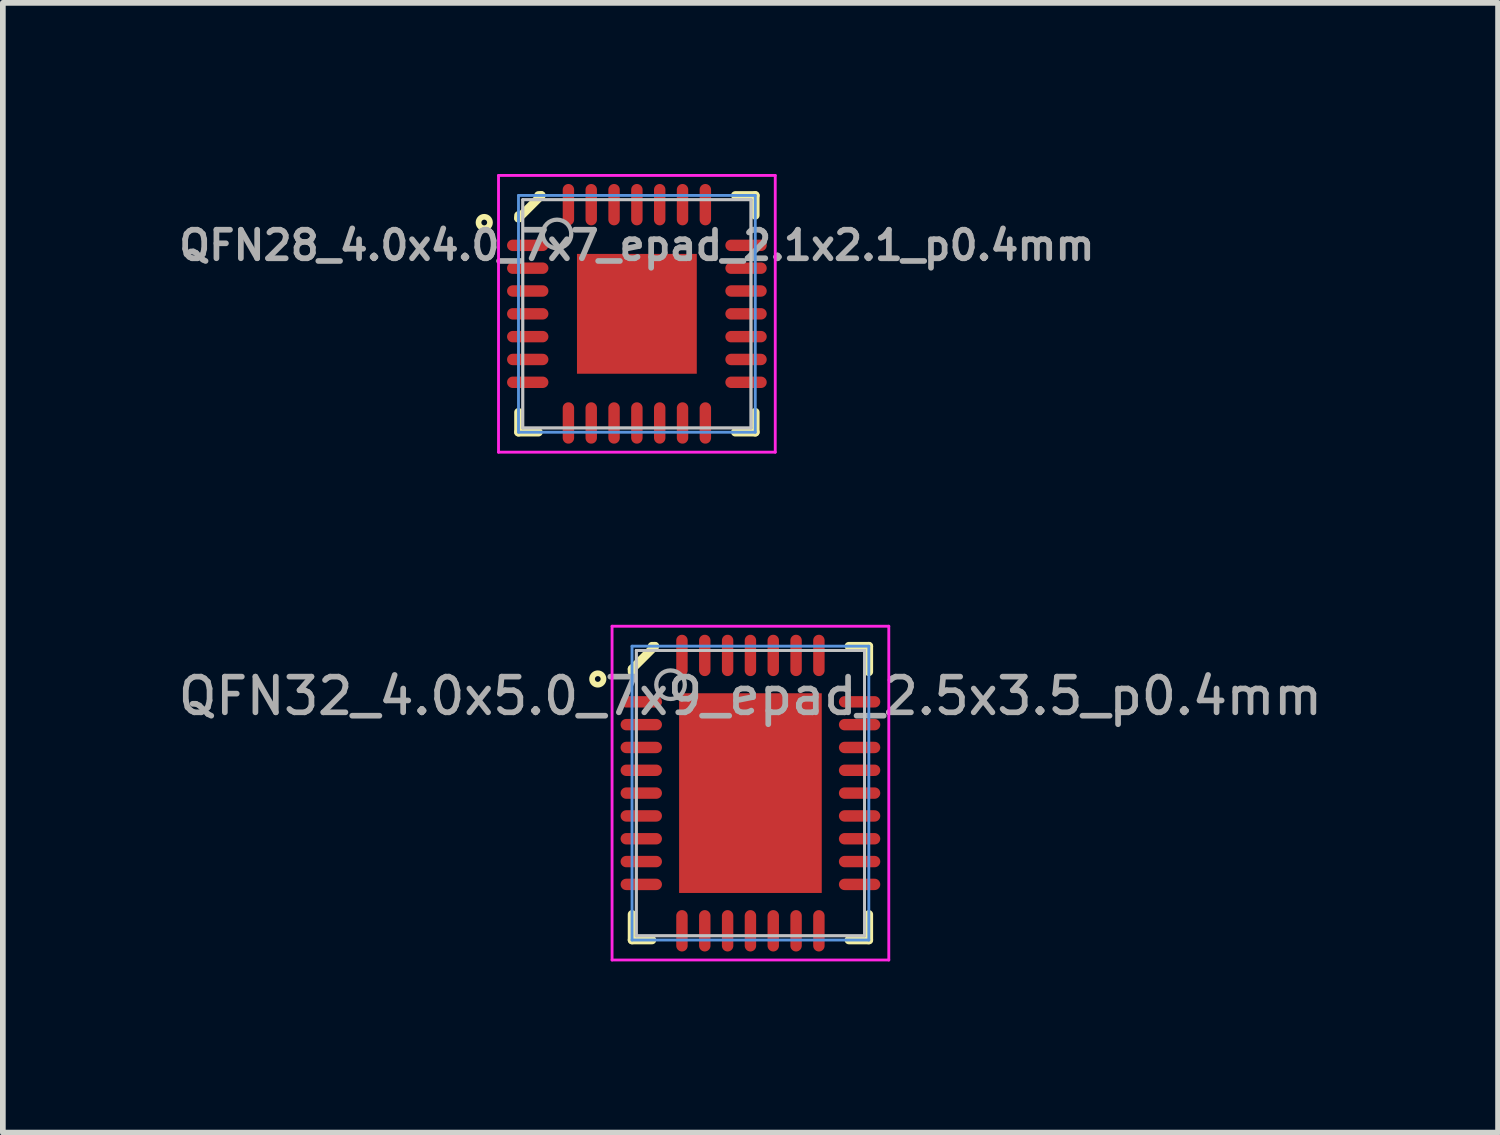
<source format=kicad_pcb>
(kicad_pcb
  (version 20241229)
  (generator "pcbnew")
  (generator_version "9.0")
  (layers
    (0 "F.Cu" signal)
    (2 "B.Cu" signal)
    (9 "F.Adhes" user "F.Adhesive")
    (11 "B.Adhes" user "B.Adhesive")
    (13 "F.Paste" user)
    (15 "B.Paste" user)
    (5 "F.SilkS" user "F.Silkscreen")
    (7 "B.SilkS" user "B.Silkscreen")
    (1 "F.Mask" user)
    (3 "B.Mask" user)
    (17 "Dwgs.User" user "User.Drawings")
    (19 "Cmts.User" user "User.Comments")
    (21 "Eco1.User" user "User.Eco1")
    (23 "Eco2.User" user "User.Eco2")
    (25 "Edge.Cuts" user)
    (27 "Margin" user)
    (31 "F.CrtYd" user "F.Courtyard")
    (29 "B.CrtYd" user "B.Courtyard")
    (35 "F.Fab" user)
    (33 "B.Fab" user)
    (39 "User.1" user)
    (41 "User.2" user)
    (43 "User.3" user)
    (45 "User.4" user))
  (footprint "QFN28_4.0x4.0_7x7_epad_2.1x2.1_p0.4mm"
    (layer "F.Cu")
    (at 8.112 2.45)
    (property "Reference" "QFN28_4.0x4.0_7x7_epad_2.1x2.1_p0.4mm" (at 0 -1.2 0) (layer "F.Fab") (effects (font (size 0.5 0.5) (thickness 0.1))))
    (attr through_hole)
    (fp_line (start -2.075 -1.675) (end -2.075 -1.725) (stroke (width 0.15) (type solid)) (layer "F.SilkS"))
    (fp_line (start -2.075 -1.675) (end -1.675 -2.075) (stroke (width 0.15) (type solid)) (layer "F.SilkS"))
    (fp_line (start -2.075 2.075) (end -2.075 1.725) (stroke (width 0.15) (type solid)) (layer "F.SilkS"))
    (fp_line (start -2.075 2.075) (end -1.725 2.075) (stroke (width 0.15) (type solid)) (layer "F.SilkS"))
    (fp_line (start -1.725 -2.075) (end -1.675 -2.075) (stroke (width 0.15) (type solid)) (layer "F.SilkS"))
    (fp_line (start 2.075 -2.075) (end 1.725 -2.075) (stroke (width 0.15) (type solid)) (layer "F.SilkS"))
    (fp_line (start 2.075 -2.075) (end 2.075 -1.725) (stroke (width 0.15) (type solid)) (layer "F.SilkS"))
    (fp_line (start 2.075 2.075) (end 1.725 2.075) (stroke (width 0.15) (type solid)) (layer "F.SilkS"))
    (fp_line (start 2.075 2.075) (end 2.075 1.725) (stroke (width 0.15) (type solid)) (layer "F.SilkS"))
    (fp_circle (center -2.675 -1.6) (end -2.604 -1.529) (stroke (width 0.1) (type solid)) (fill no) (layer "F.SilkS"))
    (fp_line (start -2 -2) (end -2 2) (stroke (width 0.05) (type solid)) (layer "Dwgs.User"))
    (fp_line (start -2 -2) (end 2 -2) (stroke (width 0.05) (type solid)) (layer "Dwgs.User"))
    (fp_line (start -2 2) (end 2 2) (stroke (width 0.05) (type solid)) (layer "Dwgs.User"))
    (fp_line (start 2 -2) (end 2 2) (stroke (width 0.05) (type solid)) (layer "Dwgs.User"))
    (fp_line (start -2.075 -2.075) (end -2.075 2.075) (stroke (width 0.05) (type solid)) (layer "Cmts.User"))
    (fp_line (start -2.075 -2.075) (end 2.075 -2.075) (stroke (width 0.05) (type solid)) (layer "Cmts.User"))
    (fp_line (start -2.075 2.075) (end 2.075 2.075) (stroke (width 0.05) (type solid)) (layer "Cmts.User"))
    (fp_line (start 2.075 -2.075) (end 2.075 2.075) (stroke (width 0.05) (type solid)) (layer "Cmts.User"))
    (fp_line (start -1.925 -1.925) (end -1.925 1.925) (stroke (width 0.05) (type solid)) (layer "Eco1.User"))
    (fp_line (start -1.925 -1.925) (end 1.925 -1.925) (stroke (width 0.05) (type solid)) (layer "Eco1.User"))
    (fp_line (start -1.925 1.925) (end 1.925 1.925) (stroke (width 0.05) (type solid)) (layer "Eco1.User"))
    (fp_line (start 1.925 -1.925) (end 1.925 1.925) (stroke (width 0.05) (type solid)) (layer "Eco1.User"))
    (fp_line (start -2.425 -2.425) (end -2.425 2.425) (stroke (width 0.05) (type solid)) (layer "F.CrtYd"))
    (fp_line (start -2.425 -2.425) (end 2.425 -2.425) (stroke (width 0.05) (type solid)) (layer "F.CrtYd"))
    (fp_line (start -2.425 2.425) (end 2.425 2.425) (stroke (width 0.05) (type solid)) (layer "F.CrtYd"))
    (fp_line (start 2.425 -2.425) (end 2.425 2.425) (stroke (width 0.05) (type solid)) (layer "F.CrtYd"))
    (fp_line (start -2 -2) (end -2 2) (stroke (width 0.05) (type solid)) (layer "F.Fab"))
    (fp_line (start -2 -2) (end 2 -2) (stroke (width 0.05) (type solid)) (layer "F.Fab"))
    (fp_line (start -2 2) (end 2 2) (stroke (width 0.05) (type solid)) (layer "F.Fab"))
    (fp_line (start 2 -2) (end 2 2) (stroke (width 0.05) (type solid)) (layer "F.Fab"))
    (fp_circle (center -1.4 -1.4) (end -1.223 -1.223) (stroke (width 0.075) (type solid)) (fill no) (layer "F.Fab"))
    (pad "1" smd oval (at -1.913 -1.2 180) (size 0.725 0.2) (layers "F.Cu" "F.Mask" "F.Paste"))
    (pad "2" smd oval (at -1.913 -0.8 180) (size 0.725 0.2) (layers "F.Cu" "F.Mask" "F.Paste"))
    (pad "3" smd oval (at -1.913 -0.4 180) (size 0.725 0.2) (layers "F.Cu" "F.Mask" "F.Paste"))
    (pad "4" smd oval (at -1.913 0 180) (size 0.725 0.2) (layers "F.Cu" "F.Mask" "F.Paste"))
    (pad "5" smd oval (at -1.913 0.4 180) (size 0.725 0.2) (layers "F.Cu" "F.Mask" "F.Paste"))
    (pad "6" smd oval (at -1.913 0.8 180) (size 0.725 0.2) (layers "F.Cu" "F.Mask" "F.Paste"))
    (pad "7" smd oval (at -1.913 1.2 180) (size 0.725 0.2) (layers "F.Cu" "F.Mask" "F.Paste"))
    (pad "8" smd oval (at -1.2 1.913 270) (size 0.725 0.2) (layers "F.Cu" "F.Mask" "F.Paste"))
    (pad "9" smd oval (at -0.8 1.913 270) (size 0.725 0.2) (layers "F.Cu" "F.Mask" "F.Paste"))
    (pad "10" smd oval (at -0.4 1.913 270) (size 0.725 0.2) (layers "F.Cu" "F.Mask" "F.Paste"))
    (pad "11" smd oval (at 0 1.913 270) (size 0.725 0.2) (layers "F.Cu" "F.Mask" "F.Paste"))
    (pad "12" smd oval (at 0.4 1.913 270) (size 0.725 0.2) (layers "F.Cu" "F.Mask" "F.Paste"))
    (pad "13" smd oval (at 0.8 1.913 270) (size 0.725 0.2) (layers "F.Cu" "F.Mask" "F.Paste"))
    (pad "14" smd oval (at 1.2 1.913 270) (size 0.725 0.2) (layers "F.Cu" "F.Mask" "F.Paste"))
    (pad "15" smd oval (at 1.913 1.2) (size 0.725 0.2) (layers "F.Cu" "F.Mask" "F.Paste"))
    (pad "16" smd oval (at 1.913 0.8) (size 0.725 0.2) (layers "F.Cu" "F.Mask" "F.Paste"))
    (pad "17" smd oval (at 1.913 0.4) (size 0.725 0.2) (layers "F.Cu" "F.Mask" "F.Paste"))
    (pad "18" smd oval (at 1.913 0) (size 0.725 0.2) (layers "F.Cu" "F.Mask" "F.Paste"))
    (pad "19" smd oval (at 1.913 -0.4) (size 0.725 0.2) (layers "F.Cu" "F.Mask" "F.Paste"))
    (pad "20" smd oval (at 1.913 -0.8) (size 0.725 0.2) (layers "F.Cu" "F.Mask" "F.Paste"))
    (pad "21" smd oval (at 1.913 -1.2) (size 0.725 0.2) (layers "F.Cu" "F.Mask" "F.Paste"))
    (pad "22" smd oval (at 1.2 -1.913 90) (size 0.725 0.2) (layers "F.Cu" "F.Mask" "F.Paste"))
    (pad "23" smd oval (at 0.8 -1.913 90) (size 0.725 0.2) (layers "F.Cu" "F.Mask" "F.Paste"))
    (pad "24" smd oval (at 0.4 -1.913 90) (size 0.725 0.2) (layers "F.Cu" "F.Mask" "F.Paste"))
    (pad "25" smd oval (at 0 -1.913 90) (size 0.725 0.2) (layers "F.Cu" "F.Mask" "F.Paste"))
    (pad "26" smd oval (at -0.4 -1.913 90) (size 0.725 0.2) (layers "F.Cu" "F.Mask" "F.Paste"))
    (pad "27" smd oval (at -0.8 -1.913 90) (size 0.725 0.2) (layers "F.Cu" "F.Mask" "F.Paste"))
    (pad "28" smd oval (at -1.2 -1.913 90) (size 0.725 0.2) (layers "F.Cu" "F.Mask" "F.Paste"))
    (pad "29" smd rect (at 0 0) (size 2.1 2.1) (layers "F.Cu" "F.Mask" "F.Paste")))
  (footprint "QFN32_4.0x5.0_7x9_epad_2.5x3.5_p0.4mm"
    (layer "F.Cu")
    (at 10.102 10.85)
    (property "Reference" "QFN32_4.0x5.0_7x9_epad_2.5x3.5_p0.4mm" (at 0 -1.7 0) (layer "F.Fab") (effects (font (size 0.625 0.625) (thickness 0.1))))
    (attr through_hole)
    (fp_line (start -2.075 -2.175) (end -2.075 -2.125) (stroke (width 0.15) (type solid)) (layer "F.SilkS"))
    (fp_line (start -2.075 -2.175) (end -1.675 -2.575) (stroke (width 0.15) (type solid)) (layer "F.SilkS"))
    (fp_line (start -2.075 2.575) (end -2.075 2.125) (stroke (width 0.15) (type solid)) (layer "F.SilkS"))
    (fp_line (start -2.075 2.575) (end -1.725 2.575) (stroke (width 0.15) (type solid)) (layer "F.SilkS"))
    (fp_line (start -1.725 -2.575) (end -1.675 -2.575) (stroke (width 0.15) (type solid)) (layer "F.SilkS"))
    (fp_line (start 2.075 -2.575) (end 1.725 -2.575) (stroke (width 0.15) (type solid)) (layer "F.SilkS"))
    (fp_line (start 2.075 -2.575) (end 2.075 -2.125) (stroke (width 0.15) (type solid)) (layer "F.SilkS"))
    (fp_line (start 2.075 2.575) (end 1.725 2.575) (stroke (width 0.15) (type solid)) (layer "F.SilkS"))
    (fp_line (start 2.075 2.575) (end 2.075 2.125) (stroke (width 0.15) (type solid)) (layer "F.SilkS"))
    (fp_circle (center -2.675 -2) (end -2.604 -1.929) (stroke (width 0.1) (type solid)) (fill no) (layer "F.SilkS"))
    (fp_line (start -2 -2.5) (end -2 2.5) (stroke (width 0.05) (type solid)) (layer "Dwgs.User"))
    (fp_line (start -2 -2.5) (end 2 -2.5) (stroke (width 0.05) (type solid)) (layer "Dwgs.User"))
    (fp_line (start -2 2.5) (end 2 2.5) (stroke (width 0.05) (type solid)) (layer "Dwgs.User"))
    (fp_line (start 2 -2.5) (end 2 2.5) (stroke (width 0.05) (type solid)) (layer "Dwgs.User"))
    (fp_line (start -2.075 -2.575) (end -2.075 2.575) (stroke (width 0.05) (type solid)) (layer "Cmts.User"))
    (fp_line (start -2.075 -2.575) (end 2.075 -2.575) (stroke (width 0.05) (type solid)) (layer "Cmts.User"))
    (fp_line (start -2.075 2.575) (end 2.075 2.575) (stroke (width 0.05) (type solid)) (layer "Cmts.User"))
    (fp_line (start 2.075 -2.575) (end 2.075 2.575) (stroke (width 0.05) (type solid)) (layer "Cmts.User"))
    (fp_line (start -1.925 -2.425) (end -1.925 2.425) (stroke (width 0.05) (type solid)) (layer "Eco1.User"))
    (fp_line (start -1.925 -2.425) (end 1.925 -2.425) (stroke (width 0.05) (type solid)) (layer "Eco1.User"))
    (fp_line (start -1.925 2.425) (end 1.925 2.425) (stroke (width 0.05) (type solid)) (layer "Eco1.User"))
    (fp_line (start 1.925 -2.425) (end 1.925 2.425) (stroke (width 0.05) (type solid)) (layer "Eco1.User"))
    (fp_line (start -2.425 -2.925) (end -2.425 2.925) (stroke (width 0.05) (type solid)) (layer "F.CrtYd"))
    (fp_line (start -2.425 -2.925) (end 2.425 -2.925) (stroke (width 0.05) (type solid)) (layer "F.CrtYd"))
    (fp_line (start -2.425 2.925) (end 2.425 2.925) (stroke (width 0.05) (type solid)) (layer "F.CrtYd"))
    (fp_line (start 2.425 -2.925) (end 2.425 2.925) (stroke (width 0.05) (type solid)) (layer "F.CrtYd"))
    (fp_line (start -2 -2.5) (end -2 2.5) (stroke (width 0.05) (type solid)) (layer "F.Fab"))
    (fp_line (start -2 -2.5) (end 2 -2.5) (stroke (width 0.05) (type solid)) (layer "F.Fab"))
    (fp_line (start -2 2.5) (end 2 2.5) (stroke (width 0.05) (type solid)) (layer "F.Fab"))
    (fp_line (start 2 -2.5) (end 2 2.5) (stroke (width 0.05) (type solid)) (layer "F.Fab"))
    (fp_circle (center -1.4 -1.9) (end -1.223 -1.723) (stroke (width 0.075) (type solid)) (fill no) (layer "F.Fab"))
    (pad "1" smd oval (at -1.913 -1.6 180) (size 0.725 0.2) (layers "F.Cu" "F.Mask" "F.Paste"))
    (pad "2" smd oval (at -1.913 -1.2 180) (size 0.725 0.2) (layers "F.Cu" "F.Mask" "F.Paste"))
    (pad "3" smd oval (at -1.913 -0.8 180) (size 0.725 0.2) (layers "F.Cu" "F.Mask" "F.Paste"))
    (pad "4" smd oval (at -1.913 -0.4 180) (size 0.725 0.2) (layers "F.Cu" "F.Mask" "F.Paste"))
    (pad "5" smd oval (at -1.913 0 180) (size 0.725 0.2) (layers "F.Cu" "F.Mask" "F.Paste"))
    (pad "6" smd oval (at -1.913 0.4 180) (size 0.725 0.2) (layers "F.Cu" "F.Mask" "F.Paste"))
    (pad "7" smd oval (at -1.913 0.8 180) (size 0.725 0.2) (layers "F.Cu" "F.Mask" "F.Paste"))
    (pad "8" smd oval (at -1.913 1.2 180) (size 0.725 0.2) (layers "F.Cu" "F.Mask" "F.Paste"))
    (pad "9" smd oval (at -1.913 1.6 180) (size 0.725 0.2) (layers "F.Cu" "F.Mask" "F.Paste"))
    (pad "10" smd oval (at -1.2 2.413 270) (size 0.725 0.2) (layers "F.Cu" "F.Mask" "F.Paste"))
    (pad "11" smd oval (at -0.8 2.413 270) (size 0.725 0.2) (layers "F.Cu" "F.Mask" "F.Paste"))
    (pad "12" smd oval (at -0.4 2.413 270) (size 0.725 0.2) (layers "F.Cu" "F.Mask" "F.Paste"))
    (pad "13" smd oval (at 0 2.413 270) (size 0.725 0.2) (layers "F.Cu" "F.Mask" "F.Paste"))
    (pad "14" smd oval (at 0.4 2.413 270) (size 0.725 0.2) (layers "F.Cu" "F.Mask" "F.Paste"))
    (pad "15" smd oval (at 0.8 2.413 270) (size 0.725 0.2) (layers "F.Cu" "F.Mask" "F.Paste"))
    (pad "16" smd oval (at 1.2 2.413 270) (size 0.725 0.2) (layers "F.Cu" "F.Mask" "F.Paste"))
    (pad "17" smd oval (at 1.913 1.6) (size 0.725 0.2) (layers "F.Cu" "F.Mask" "F.Paste"))
    (pad "18" smd oval (at 1.913 1.2) (size 0.725 0.2) (layers "F.Cu" "F.Mask" "F.Paste"))
    (pad "19" smd oval (at 1.913 0.8) (size 0.725 0.2) (layers "F.Cu" "F.Mask" "F.Paste"))
    (pad "20" smd oval (at 1.913 0.4) (size 0.725 0.2) (layers "F.Cu" "F.Mask" "F.Paste"))
    (pad "21" smd oval (at 1.913 0) (size 0.725 0.2) (layers "F.Cu" "F.Mask" "F.Paste"))
    (pad "22" smd oval (at 1.913 -0.4) (size 0.725 0.2) (layers "F.Cu" "F.Mask" "F.Paste"))
    (pad "23" smd oval (at 1.913 -0.8) (size 0.725 0.2) (layers "F.Cu" "F.Mask" "F.Paste"))
    (pad "24" smd oval (at 1.913 -1.2) (size 0.725 0.2) (layers "F.Cu" "F.Mask" "F.Paste"))
    (pad "25" smd oval (at 1.913 -1.6) (size 0.725 0.2) (layers "F.Cu" "F.Mask" "F.Paste"))
    (pad "26" smd oval (at 1.2 -2.413 90) (size 0.725 0.2) (layers "F.Cu" "F.Mask" "F.Paste"))
    (pad "27" smd oval (at 0.8 -2.413 90) (size 0.725 0.2) (layers "F.Cu" "F.Mask" "F.Paste"))
    (pad "28" smd oval (at 0.4 -2.413 90) (size 0.725 0.2) (layers "F.Cu" "F.Mask" "F.Paste"))
    (pad "29" smd oval (at 0 -2.413 90) (size 0.725 0.2) (layers "F.Cu" "F.Mask" "F.Paste"))
    (pad "30" smd oval (at -0.4 -2.413 90) (size 0.725 0.2) (layers "F.Cu" "F.Mask" "F.Paste"))
    (pad "31" smd oval (at -0.8 -2.413 90) (size 0.725 0.2) (layers "F.Cu" "F.Mask" "F.Paste"))
    (pad "32" smd oval (at -1.2 -2.413 90) (size 0.725 0.2) (layers "F.Cu" "F.Mask" "F.Paste"))
    (pad "33" smd rect (at 0 0) (size 2.5 3.5) (layers "F.Cu" "F.Mask" "F.Paste")))
  (gr_rect
    (start -3 -3)
    (end 23.205 16.8)
    (stroke (width 0.1) (type default))
    (fill no)
    (layer "Edge.Cuts")))
</source>
